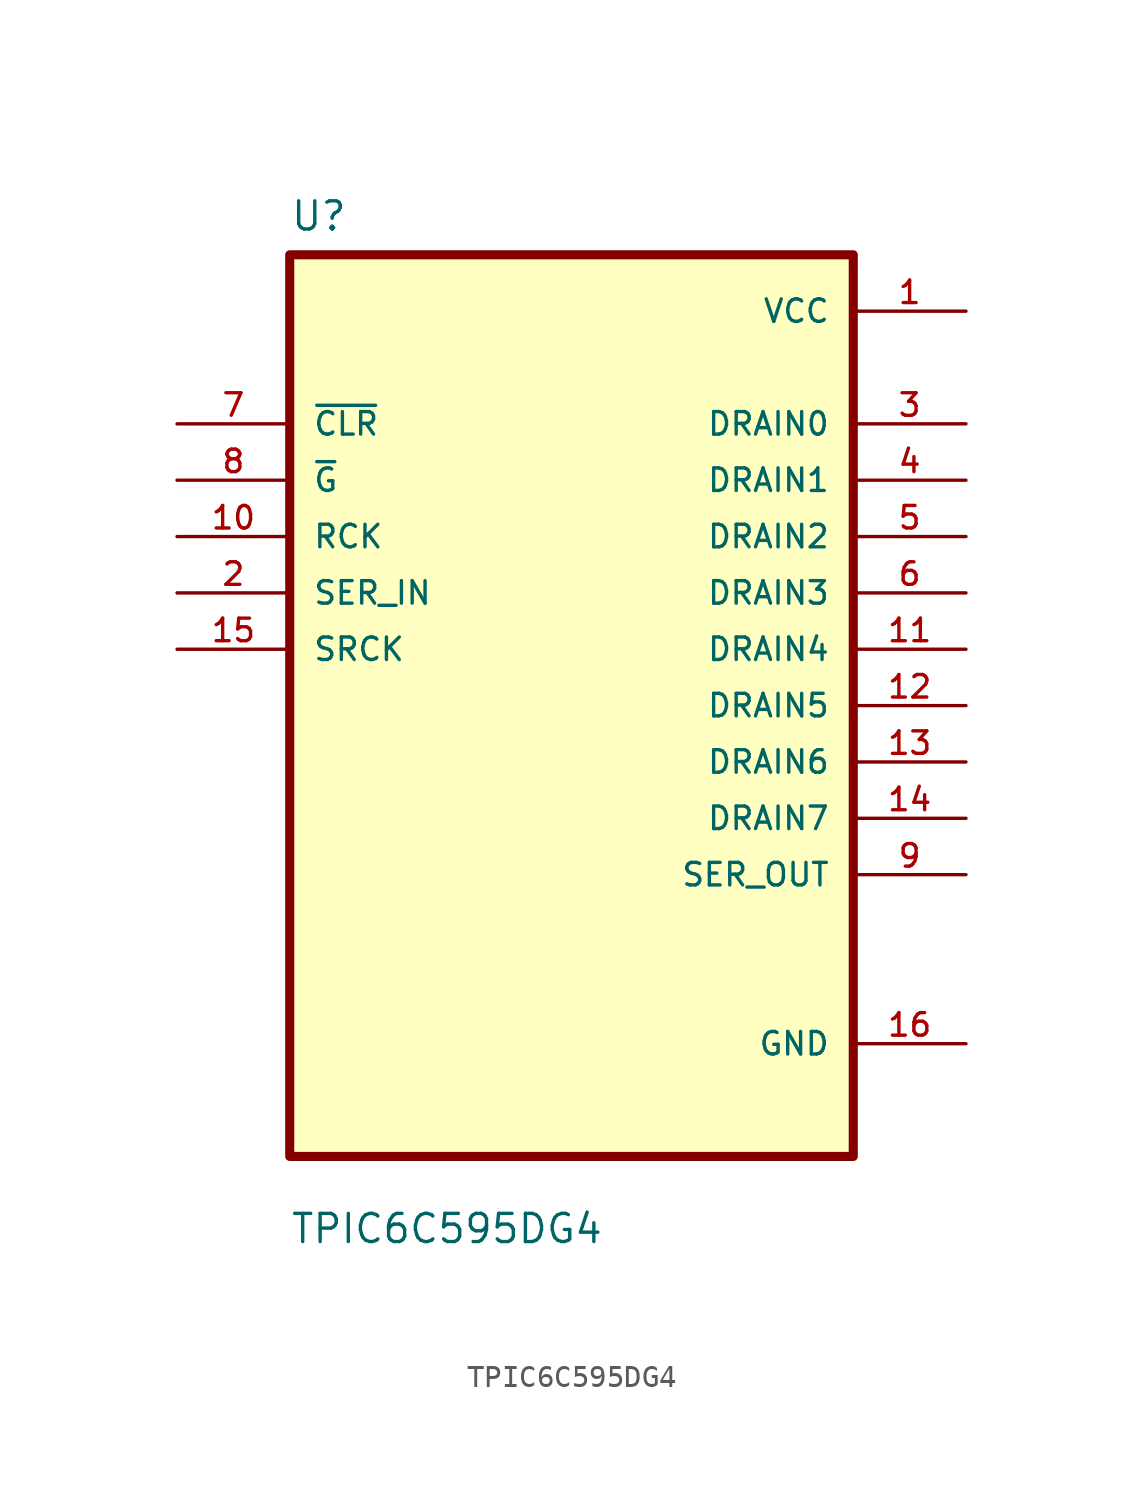
<source format=kicad_sym>
(kicad_symbol_lib
  (version 20211014)
  (generator kicad_symbol_editor)
  (symbol "TPIC6C595DG4"
    (pin_names
      (offset 1.016))
    (property "Reference" "U"
      (at -12.7 21.32 0.0)
      (effects (font (size 1.27 1.27)) (justify bottom left)))
    (property "Value" "TPIC6C595DG4"
      (at -12.7 -24.32 0.0)
      (effects (font (size 1.27 1.27)) (justify bottom left)))
    (symbol "TPIC6C595DG4_0_0"
      (rectangle (start -12.7 -20.32) (end 12.7 20.32) (stroke (width 0.41)) (fill (type background)))
      (pin input line (at -17.78 12.7 0) (length 5.08) (name "~{CLR}" (effects (font (size 1.016 1.016)))) (number "7" (effects (font (size 1.016 1.016)))))
      (pin input line (at -17.78 10.16 0) (length 5.08) (name "~{G}" (effects (font (size 1.016 1.016)))) (number "8" (effects (font (size 1.016 1.016)))))
      (pin input line (at -17.78 7.62 0) (length 5.08) (name "RCK" (effects (font (size 1.016 1.016)))) (number "10" (effects (font (size 1.016 1.016)))))
      (pin input line (at -17.78 5.08 0) (length 5.08) (name "SER_IN" (effects (font (size 1.016 1.016)))) (number "2" (effects (font (size 1.016 1.016)))))
      (pin input line (at -17.78 2.54 0) (length 5.08) (name "SRCK" (effects (font (size 1.016 1.016)))) (number "15" (effects (font (size 1.016 1.016)))))
      (pin power_in line (at 17.78 17.78 180.0) (length 5.08) (name "VCC" (effects (font (size 1.016 1.016)))) (number "1" (effects (font (size 1.016 1.016)))))
      (pin output line (at 17.78 12.7 180.0) (length 5.08) (name "DRAIN0" (effects (font (size 1.016 1.016)))) (number "3" (effects (font (size 1.016 1.016)))))
      (pin output line (at 17.78 10.16 180.0) (length 5.08) (name "DRAIN1" (effects (font (size 1.016 1.016)))) (number "4" (effects (font (size 1.016 1.016)))))
      (pin output line (at 17.78 7.62 180.0) (length 5.08) (name "DRAIN2" (effects (font (size 1.016 1.016)))) (number "5" (effects (font (size 1.016 1.016)))))
      (pin output line (at 17.78 5.08 180.0) (length 5.08) (name "DRAIN3" (effects (font (size 1.016 1.016)))) (number "6" (effects (font (size 1.016 1.016)))))
      (pin output line (at 17.78 2.54 180.0) (length 5.08) (name "DRAIN4" (effects (font (size 1.016 1.016)))) (number "11" (effects (font (size 1.016 1.016)))))
      (pin output line (at 17.78 0.0 180.0) (length 5.08) (name "DRAIN5" (effects (font (size 1.016 1.016)))) (number "12" (effects (font (size 1.016 1.016)))))
      (pin output line (at 17.78 -2.54 180.0) (length 5.08) (name "DRAIN6" (effects (font (size 1.016 1.016)))) (number "13" (effects (font (size 1.016 1.016)))))
      (pin output line (at 17.78 -5.08 180.0) (length 5.08) (name "DRAIN7" (effects (font (size 1.016 1.016)))) (number "14" (effects (font (size 1.016 1.016)))))
      (pin output line (at 17.78 -7.62 180.0) (length 5.08) (name "SER_OUT" (effects (font (size 1.016 1.016)))) (number "9" (effects (font (size 1.016 1.016)))))
      (pin power_in line (at 17.78 -15.24 180.0) (length 5.08) (name "GND" (effects (font (size 1.016 1.016)))) (number "16" (effects (font (size 1.016 1.016))))))))
</source>
